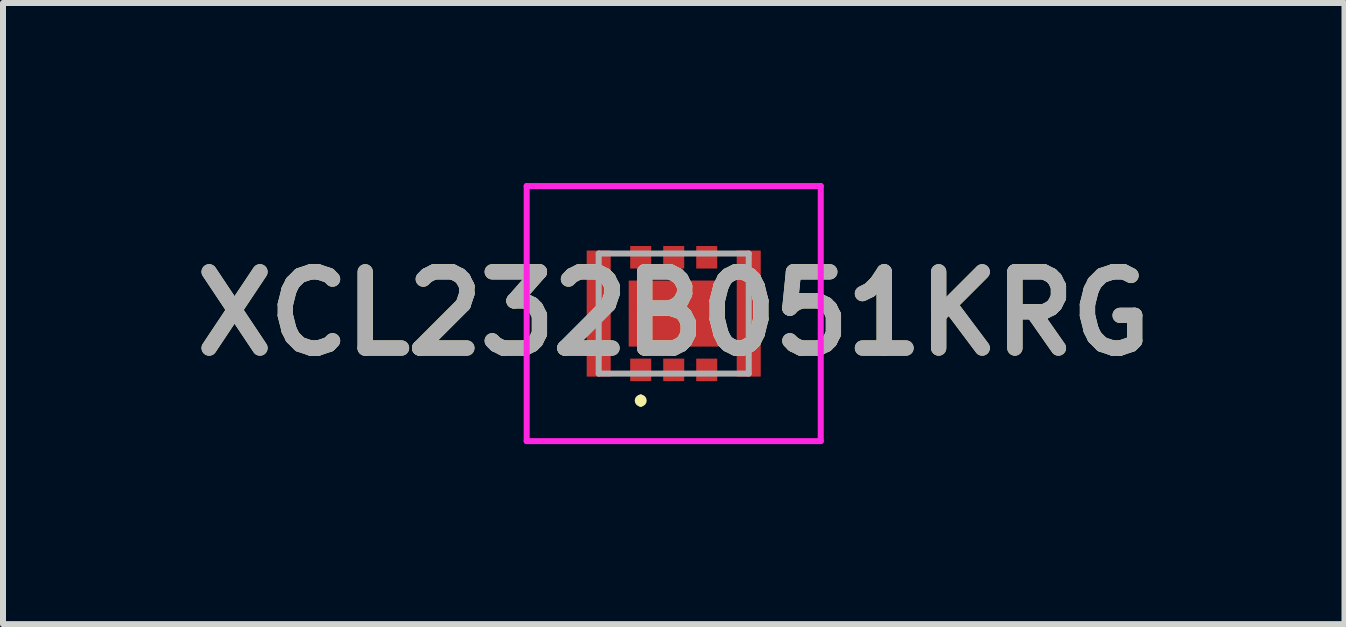
<source format=kicad_pcb>
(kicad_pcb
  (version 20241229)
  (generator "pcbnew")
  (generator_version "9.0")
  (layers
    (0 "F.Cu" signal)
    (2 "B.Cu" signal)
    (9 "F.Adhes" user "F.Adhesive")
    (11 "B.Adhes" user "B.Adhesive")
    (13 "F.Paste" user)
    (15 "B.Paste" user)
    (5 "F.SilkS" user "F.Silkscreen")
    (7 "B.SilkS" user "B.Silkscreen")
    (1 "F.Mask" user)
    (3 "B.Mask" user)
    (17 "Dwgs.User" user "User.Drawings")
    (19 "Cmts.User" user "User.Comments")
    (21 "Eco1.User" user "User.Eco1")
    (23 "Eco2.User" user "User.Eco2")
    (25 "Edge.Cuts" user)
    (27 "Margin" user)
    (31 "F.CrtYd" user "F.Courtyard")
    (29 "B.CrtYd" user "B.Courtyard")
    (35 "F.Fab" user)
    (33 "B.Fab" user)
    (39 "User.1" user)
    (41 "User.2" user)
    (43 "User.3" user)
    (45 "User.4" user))
  (footprint "XCL232B051KRG"
    (layer "F.Cu")
    (at 8.176 2.175)
    (property "Reference" "XCL232B051KRG" (at 0 0 0) (layer "F.SilkS") (effects (font (size 1.27 1.27) (thickness 0.254))))
    (attr smd)
    (fp_line (start -0.55 1.4) (end -0.55 1.4) (stroke (width 0.1) (type solid)) (layer "F.SilkS"))
    (fp_line (start -0.55 1.5) (end -0.55 1.5) (stroke (width 0.1) (type solid)) (layer "F.SilkS"))
    (fp_arc (start -0.55 1.4) (mid -0.5 1.45) (end -0.55 1.5) (stroke (width 0.1) (type solid)) (layer "F.SilkS"))
    (fp_arc (start -0.55 1.5) (mid -0.6 1.45) (end -0.55 1.4) (stroke (width 0.1) (type solid)) (layer "F.SilkS"))
    (fp_line (start -2.45 -2.125) (end -2.45 2.125) (stroke (width 0.1) (type solid)) (layer "F.CrtYd"))
    (fp_line (start -2.45 2.125) (end 2.45 2.125) (stroke (width 0.1) (type solid)) (layer "F.CrtYd"))
    (fp_line (start 2.45 -2.125) (end -2.45 -2.125) (stroke (width 0.1) (type solid)) (layer "F.CrtYd"))
    (fp_line (start 2.45 2.125) (end 2.45 -2.125) (stroke (width 0.1) (type solid)) (layer "F.CrtYd"))
    (fp_line (start -1.25 -1) (end -1.25 1) (stroke (width 0.1) (type solid)) (layer "F.Fab"))
    (fp_line (start -1.25 1) (end 1.25 1) (stroke (width 0.1) (type solid)) (layer "F.Fab"))
    (fp_line (start 1.25 -1) (end -1.25 -1) (stroke (width 0.1) (type solid)) (layer "F.Fab"))
    (fp_line (start 1.25 1) (end 1.25 -1) (stroke (width 0.1) (type solid)) (layer "F.Fab"))
    (fp_text user "${REFERENCE}" (at 0 0 0) (layer "F.Fab") (effects (font (size 1.27 1.27) (thickness 0.254))))
    (pad "1" smd rect (at -0.55 0.938) (size 0.35 0.375) (layers "F.Cu" "F.Mask" "F.Paste"))
    (pad "2" smd rect (at 0 0.938) (size 0.35 0.375) (layers "F.Cu" "F.Mask" "F.Paste"))
    (pad "3" smd rect (at 0.55 0.938) (size 0.35 0.375) (layers "F.Cu" "F.Mask" "F.Paste"))
    (pad "4" smd rect (at 0.55 -0.938) (size 0.35 0.375) (layers "F.Cu" "F.Mask" "F.Paste"))
    (pad "5" smd rect (at 0 -0.938) (size 0.35 0.375) (layers "F.Cu" "F.Mask" "F.Paste"))
    (pad "6" smd rect (at -0.55 -0.938) (size 0.35 0.375) (layers "F.Cu" "F.Mask" "F.Paste"))
    (pad "7" smd rect (at -1.25 0) (size 0.4 2.1) (layers "F.Cu" "F.Mask" "F.Paste"))
    (pad "8" smd rect (at 1.25 0) (size 0.4 2.1) (layers "F.Cu" "F.Mask" "F.Paste"))
    (pad "9" smd rect (at 0 0 90) (size 1.1 1.5) (layers "F.Cu" "F.Mask" "F.Paste")))
  (gr_rect
    (start -3 -3)
    (end 19.353 7.35)
    (stroke (width 0.1) (type default))
    (fill no)
    (layer "Edge.Cuts")))
</source>
